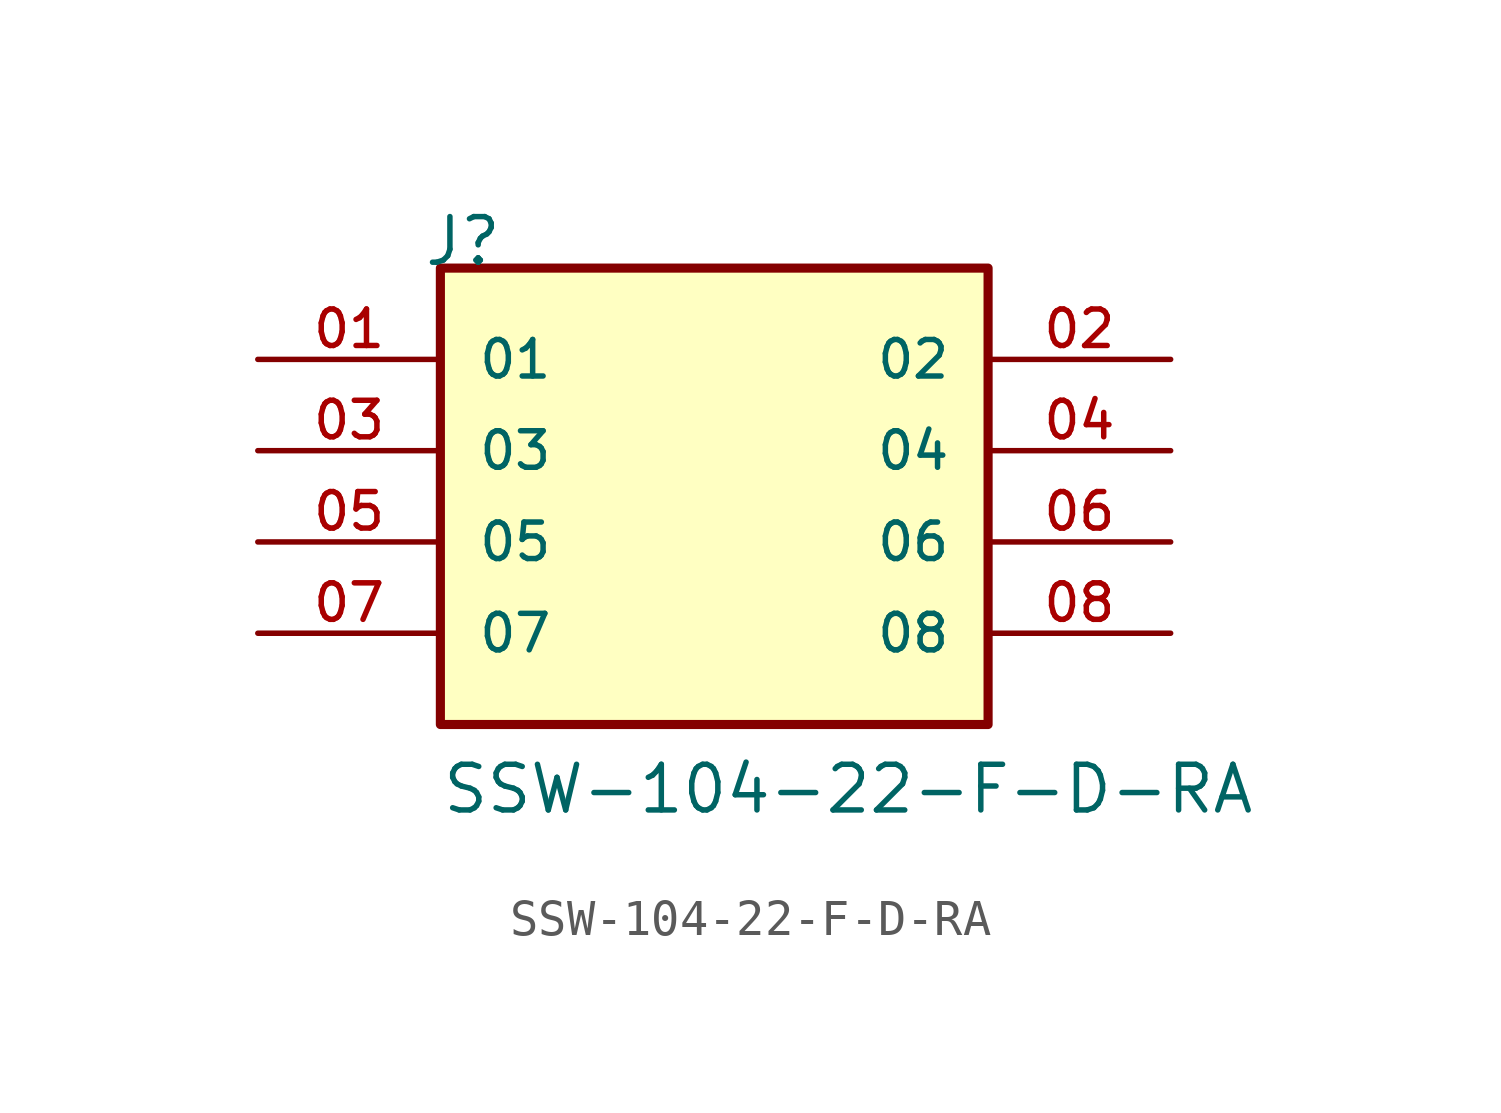
<source format=kicad_sym>
(kicad_symbol_lib
  (version 20211014)
  (generator kicad_symbol_editor)
  (symbol "SSW-104-22-F-D-RA"
    (pin_names
      (offset 1.016))
    (property "Reference" "J"
      (at -8.12 7.62 0)
      (effects (font (size 1.27 1.27)) (justify bottom left)))
    (property "Value" "SSW-104-22-F-D-RA"
      (at -7.62 -7.62 0)
      (effects (font (size 1.27 1.27)) (justify bottom left)))
    (symbol "SSW-104-22-F-D-RA_0_0"
      (rectangle (start -7.62 -5.08) (end 7.62 7.62) (stroke (width 0.254)) (fill (type background)))
      (pin passive line (at -12.7 5.08 0) (length 5.08) (name "01" (effects (font (size 1.016 1.016)))) (number "01" (effects (font (size 1.016 1.016)))))
      (pin passive line (at 12.7 5.08 180.0) (length 5.08) (name "02" (effects (font (size 1.016 1.016)))) (number "02" (effects (font (size 1.016 1.016)))))
      (pin passive line (at -12.7 2.54 0) (length 5.08) (name "03" (effects (font (size 1.016 1.016)))) (number "03" (effects (font (size 1.016 1.016)))))
      (pin passive line (at 12.7 2.54 180.0) (length 5.08) (name "04" (effects (font (size 1.016 1.016)))) (number "04" (effects (font (size 1.016 1.016)))))
      (pin passive line (at -12.7 0.0 0) (length 5.08) (name "05" (effects (font (size 1.016 1.016)))) (number "05" (effects (font (size 1.016 1.016)))))
      (pin passive line (at 12.7 0.0 180.0) (length 5.08) (name "06" (effects (font (size 1.016 1.016)))) (number "06" (effects (font (size 1.016 1.016)))))
      (pin passive line (at -12.7 -2.54 0) (length 5.08) (name "07" (effects (font (size 1.016 1.016)))) (number "07" (effects (font (size 1.016 1.016)))))
      (pin passive line (at 12.7 -2.54 180.0) (length 5.08) (name "08" (effects (font (size 1.016 1.016)))) (number "08" (effects (font (size 1.016 1.016))))))))
</source>
